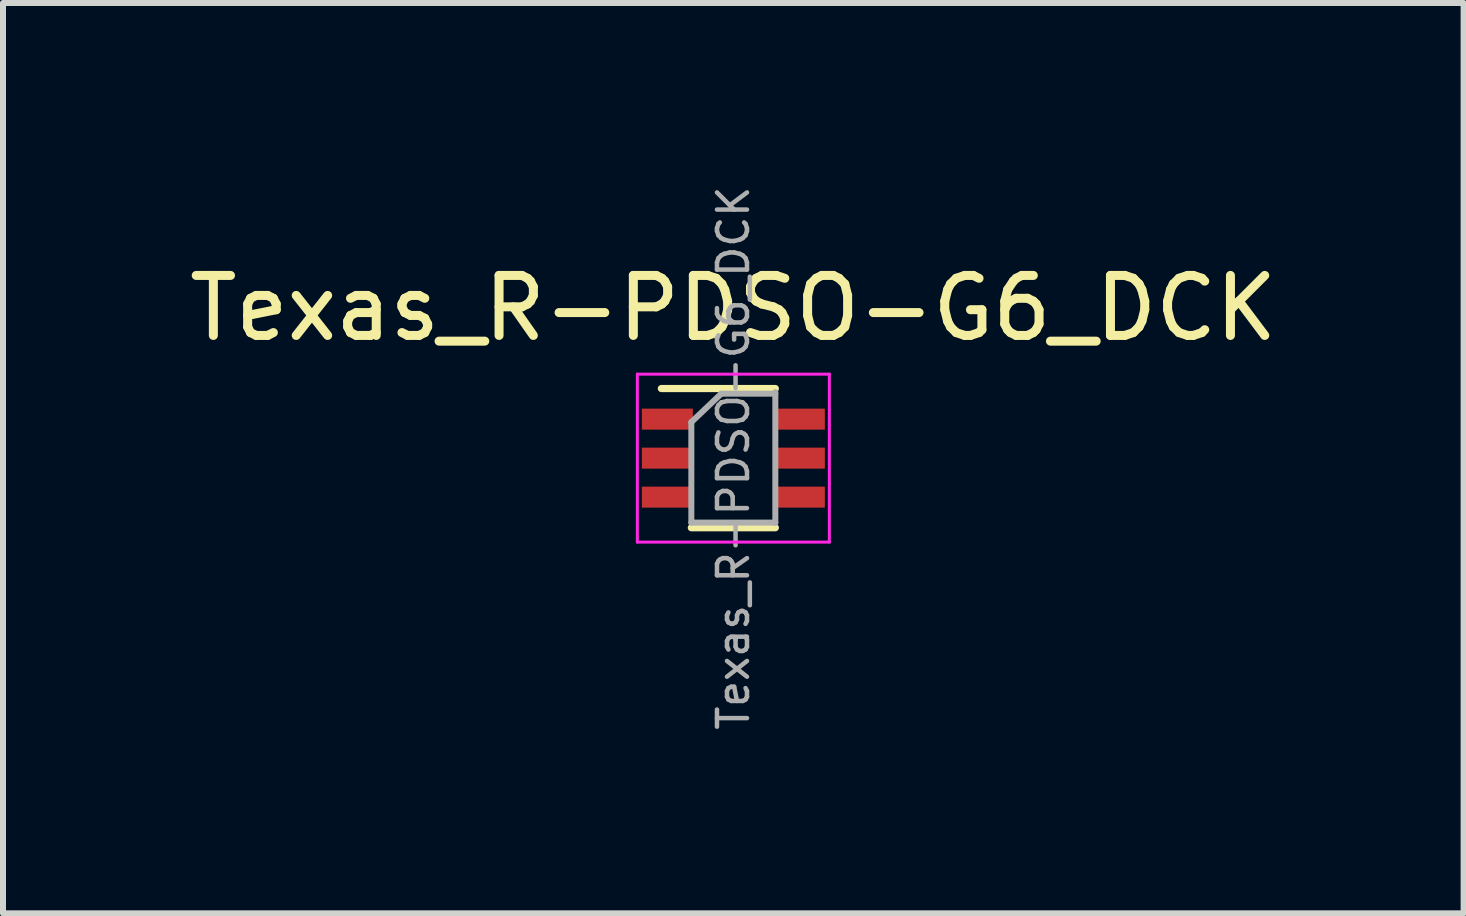
<source format=kicad_pcb>
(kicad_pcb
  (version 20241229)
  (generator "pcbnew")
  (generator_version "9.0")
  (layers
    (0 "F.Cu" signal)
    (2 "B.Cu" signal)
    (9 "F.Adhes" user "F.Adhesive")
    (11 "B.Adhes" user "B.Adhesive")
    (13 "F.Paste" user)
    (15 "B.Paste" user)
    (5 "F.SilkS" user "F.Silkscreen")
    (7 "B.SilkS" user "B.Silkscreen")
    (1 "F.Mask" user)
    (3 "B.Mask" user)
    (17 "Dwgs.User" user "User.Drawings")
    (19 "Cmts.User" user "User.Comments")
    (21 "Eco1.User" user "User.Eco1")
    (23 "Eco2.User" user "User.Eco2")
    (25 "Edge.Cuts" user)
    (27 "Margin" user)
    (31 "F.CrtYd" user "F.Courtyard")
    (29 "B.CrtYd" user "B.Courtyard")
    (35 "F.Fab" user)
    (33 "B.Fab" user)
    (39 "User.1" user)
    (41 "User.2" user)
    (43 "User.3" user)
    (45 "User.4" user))
  (footprint "Texas_R-PDSO-G6_DCK"
    (layer "F.Cu")
    (at 9.173 4.586)
    (property "Reference" "Texas_R-PDSO-G6_DCK" (at 0 -2.5 0) (layer "F.SilkS") (effects (font (size 1 1) (thickness 0.15))))
    (attr smd)
    (fp_line (start -0.7 1.16) (end 0.7 1.16) (stroke (width 0.12) (type solid)) (layer "F.SilkS"))
    (fp_line (start 0.7 -1.16) (end -1.2 -1.16) (stroke (width 0.12) (type solid)) (layer "F.SilkS"))
    (fp_line (start -1.6 -1.4) (end -1.6 1.4) (stroke (width 0.05) (type solid)) (layer "F.CrtYd"))
    (fp_line (start -1.6 -1.4) (end 1.6 -1.4) (stroke (width 0.05) (type solid)) (layer "F.CrtYd"))
    (fp_line (start -1.6 1.4) (end 1.6 1.4) (stroke (width 0.05) (type solid)) (layer "F.CrtYd"))
    (fp_line (start 1.6 1.4) (end 1.6 -1.4) (stroke (width 0.05) (type solid)) (layer "F.CrtYd"))
    (fp_line (start -0.7 -0.6) (end -0.7 1.075) (stroke (width 0.1) (type solid)) (layer "F.Fab"))
    (fp_line (start -0.2 -1.075) (end -0.7 -0.6) (stroke (width 0.1) (type solid)) (layer "F.Fab"))
    (fp_line (start -0.2 -1.075) (end 0.7 -1.075) (stroke (width 0.1) (type solid)) (layer "F.Fab"))
    (fp_line (start 0.7 -1.1) (end 0.7 1.075) (stroke (width 0.1) (type solid)) (layer "F.Fab"))
    (fp_line (start 0.7 1.075) (end -0.7 1.075) (stroke (width 0.1) (type solid)) (layer "F.Fab"))
    (fp_text user "${REFERENCE}" (at 0 0 90) (layer "F.Fab") (effects (font (size 0.5 0.5) (thickness 0.075))))
    (pad "1" smd rect (at -1.1 -0.65) (size 0.85 0.35) (layers "F.Cu" "F.Mask" "F.Paste"))
    (pad "2" smd rect (at -1.1 0) (size 0.85 0.35) (layers "F.Cu" "F.Mask" "F.Paste"))
    (pad "3" smd rect (at -1.1 0.65) (size 0.85 0.35) (layers "F.Cu" "F.Mask" "F.Paste"))
    (pad "4" smd rect (at 1.1 0.65) (size 0.85 0.35) (layers "F.Cu" "F.Mask" "F.Paste"))
    (pad "5" smd rect (at 1.1 0) (size 0.85 0.35) (layers "F.Cu" "F.Mask" "F.Paste"))
    (pad "6" smd rect (at 1.1 -0.65) (size 0.85 0.35) (layers "F.Cu" "F.Mask" "F.Paste")))
  (gr_rect
    (start -3 -3)
    (end 21.345 12.173)
    (stroke (width 0.1) (type default))
    (fill no)
    (layer "Edge.Cuts")))
</source>
